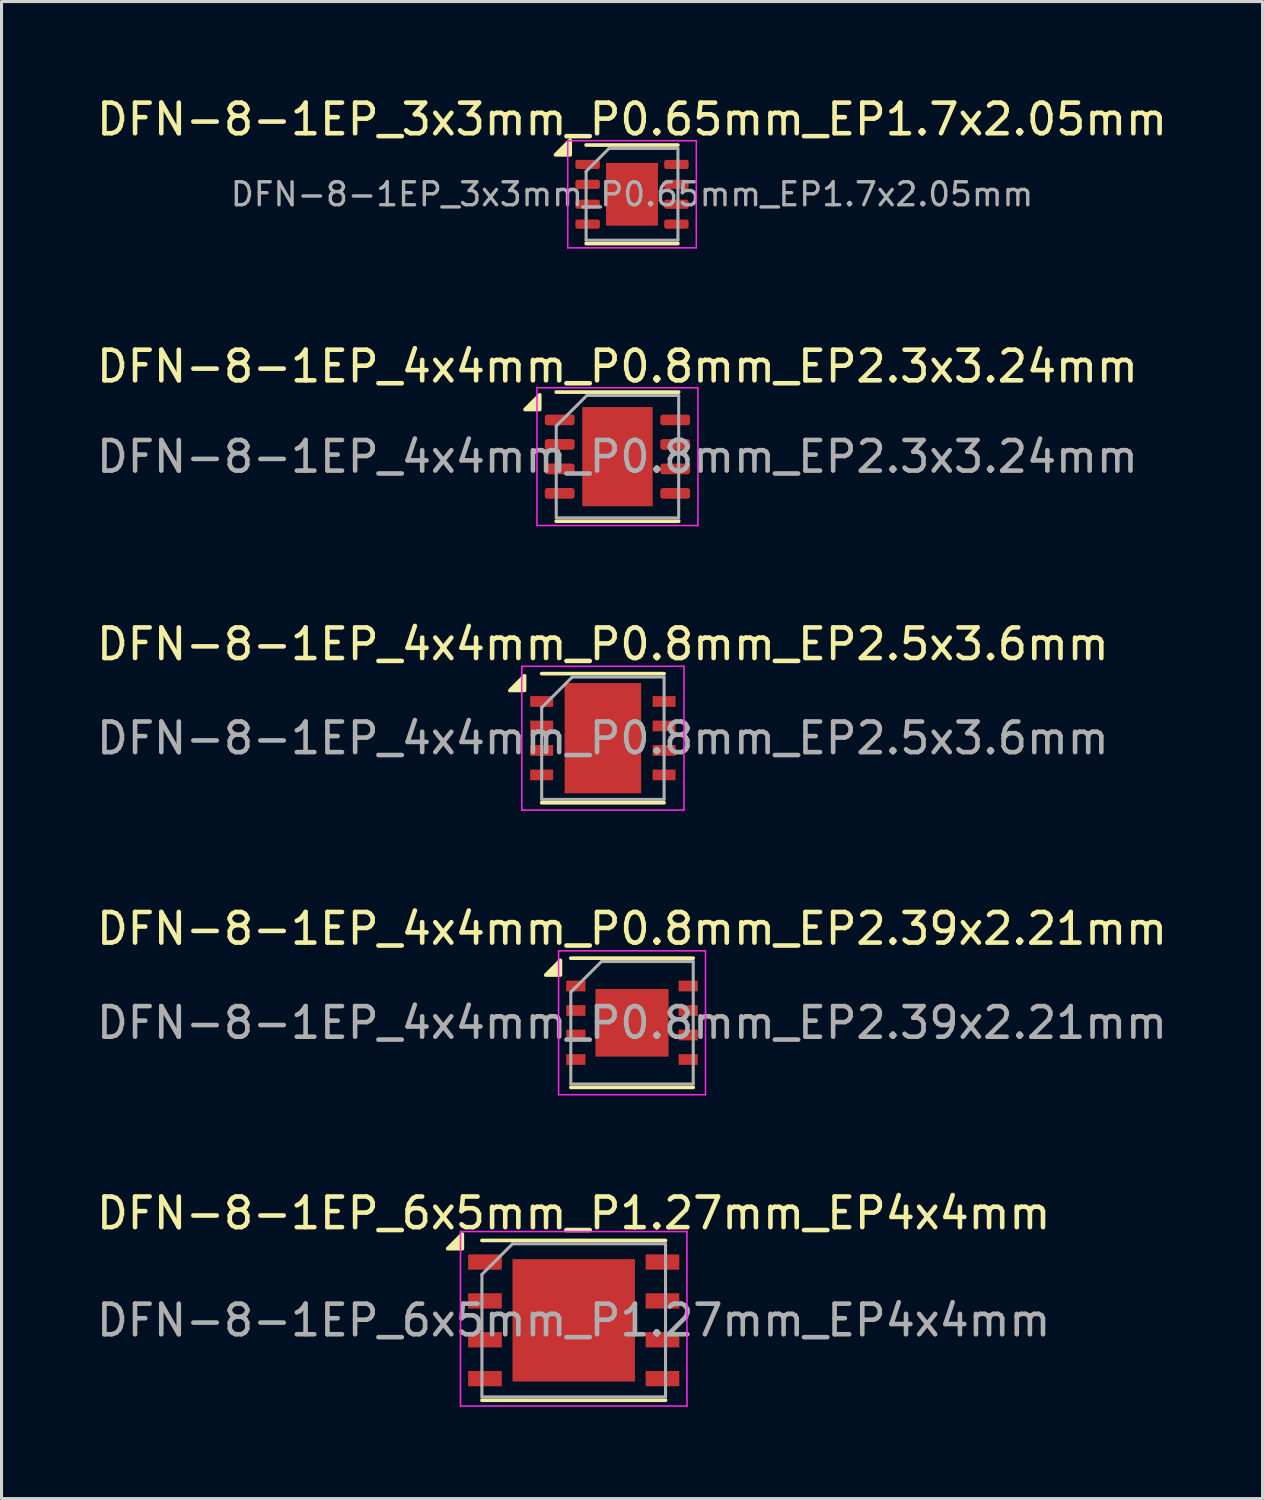
<source format=kicad_pcb>
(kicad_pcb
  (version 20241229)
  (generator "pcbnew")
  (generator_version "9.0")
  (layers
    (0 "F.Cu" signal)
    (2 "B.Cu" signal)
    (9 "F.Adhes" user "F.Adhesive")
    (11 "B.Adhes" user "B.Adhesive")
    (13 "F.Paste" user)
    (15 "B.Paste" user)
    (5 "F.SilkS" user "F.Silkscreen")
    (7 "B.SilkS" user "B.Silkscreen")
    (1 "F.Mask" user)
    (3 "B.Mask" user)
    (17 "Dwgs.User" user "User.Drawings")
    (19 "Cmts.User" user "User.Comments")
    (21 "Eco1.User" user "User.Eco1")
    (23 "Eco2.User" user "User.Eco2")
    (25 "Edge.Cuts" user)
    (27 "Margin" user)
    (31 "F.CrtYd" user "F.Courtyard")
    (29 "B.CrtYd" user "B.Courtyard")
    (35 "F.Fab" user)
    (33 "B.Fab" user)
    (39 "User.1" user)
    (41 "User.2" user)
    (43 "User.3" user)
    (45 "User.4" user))
  (footprint "DFN-8-1EP_4x4mm_P0.8mm_EP2.3x3.24mm"
    (layer "F.Cu")
    (at 17.125 11.871)
    (property "Reference" "DFN-8-1EP_4x4mm_P0.8mm_EP2.3x3.24mm" (at 0 -2.95 0) (layer "F.SilkS") (effects (font (size 1 1) (thickness 0.15))))
    (attr smd)
    (fp_line (start -2 -2.11) (end 2 -2.11) (stroke (width 0.12) (type solid)) (layer "F.SilkS"))
    (fp_line (start -2 2.11) (end 2 2.11) (stroke (width 0.12) (type solid)) (layer "F.SilkS"))
    (fp_poly (pts (xy -2.54 -1.54) (xy -3.02 -1.54) (xy -2.54 -2.02) (xy -2.54 -1.54)) (stroke (width 0.12) (type solid)) (fill yes) (layer "F.SilkS"))
    (fp_line (start -2.63 -2.25) (end -2.63 2.25) (stroke (width 0.05) (type solid)) (layer "F.CrtYd"))
    (fp_line (start -2.63 2.25) (end 2.63 2.25) (stroke (width 0.05) (type solid)) (layer "F.CrtYd"))
    (fp_line (start 2.63 -2.25) (end -2.63 -2.25) (stroke (width 0.05) (type solid)) (layer "F.CrtYd"))
    (fp_line (start 2.63 2.25) (end 2.63 -2.25) (stroke (width 0.05) (type solid)) (layer "F.CrtYd"))
    (fp_line (start -2 -1) (end -1 -2) (stroke (width 0.1) (type solid)) (layer "F.Fab"))
    (fp_line (start -2 2) (end -2 -1) (stroke (width 0.1) (type solid)) (layer "F.Fab"))
    (fp_line (start -1 -2) (end 2 -2) (stroke (width 0.1) (type solid)) (layer "F.Fab"))
    (fp_line (start 2 -2) (end 2 2) (stroke (width 0.1) (type solid)) (layer "F.Fab"))
    (fp_line (start 2 2) (end -2 2) (stroke (width 0.1) (type solid)) (layer "F.Fab"))
    (fp_text user "${REFERENCE}" (at 0 0 0) (layer "F.Fab") (effects (font (size 1 1) (thickness 0.15))))
    (pad "" smd roundrect (at -0.575 -0.81) (size 0.93 1.31) (layers "F.Paste") (roundrect_rratio 0.25))
    (pad "" smd roundrect (at -0.575 0.81) (size 0.93 1.31) (layers "F.Paste") (roundrect_rratio 0.25))
    (pad "" smd roundrect (at 0.575 -0.81) (size 0.93 1.31) (layers "F.Paste") (roundrect_rratio 0.25))
    (pad "" smd roundrect (at 0.575 0.81) (size 0.93 1.31) (layers "F.Paste") (roundrect_rratio 0.25))
    (pad "1" smd roundrect (at -1.887 -1.2) (size 0.975 0.35) (layers "F.Cu" "F.Mask" "F.Paste") (roundrect_rratio 0.25))
    (pad "2" smd roundrect (at -1.887 -0.4) (size 0.975 0.35) (layers "F.Cu" "F.Mask" "F.Paste") (roundrect_rratio 0.25))
    (pad "3" smd roundrect (at -1.887 0.4) (size 0.975 0.35) (layers "F.Cu" "F.Mask" "F.Paste") (roundrect_rratio 0.25))
    (pad "4" smd roundrect (at -1.887 1.2) (size 0.975 0.35) (layers "F.Cu" "F.Mask" "F.Paste") (roundrect_rratio 0.25))
    (pad "5" smd roundrect (at 1.887 1.2) (size 0.975 0.35) (layers "F.Cu" "F.Mask" "F.Paste") (roundrect_rratio 0.25))
    (pad "6" smd roundrect (at 1.887 0.4) (size 0.975 0.35) (layers "F.Cu" "F.Mask" "F.Paste") (roundrect_rratio 0.25))
    (pad "7" smd roundrect (at 1.887 -0.4) (size 0.975 0.35) (layers "F.Cu" "F.Mask" "F.Paste") (roundrect_rratio 0.25))
    (pad "8" smd roundrect (at 1.887 -1.2) (size 0.975 0.35) (layers "F.Cu" "F.Mask" "F.Paste") (roundrect_rratio 0.25))
    (pad "9" smd rect (at 0 0) (size 2.3 3.24) (property pad_prop_heatsink) (layers "F.Cu" "F.Mask")))
  (footprint "DFN-8-1EP_6x5mm_P1.27mm_EP4x4mm"
    (layer "F.Cu")
    (at 15.696 40.091)
    (property "Reference" "DFN-8-1EP_6x5mm_P1.27mm_EP4x4mm" (at 0 -3.5 0) (layer "F.SilkS") (effects (font (size 1 1) (thickness 0.15))))
    (attr smd)
    (fp_line (start -3 -2.61) (end 3 -2.61) (stroke (width 0.12) (type solid)) (layer "F.SilkS"))
    (fp_line (start -3 2.61) (end 3 2.61) (stroke (width 0.12) (type solid)) (layer "F.SilkS"))
    (fp_poly (pts (xy -3.64 -2.34) (xy -4.12 -2.34) (xy -3.64 -2.82) (xy -3.64 -2.34)) (stroke (width 0.12) (type solid)) (fill yes) (layer "F.SilkS"))
    (fp_line (start -3.7 -2.9) (end 3.7 -2.9) (stroke (width 0.05) (type solid)) (layer "F.CrtYd"))
    (fp_line (start -3.7 2.8) (end -3.7 -2.9) (stroke (width 0.05) (type solid)) (layer "F.CrtYd"))
    (fp_line (start 3.7 -2.9) (end 3.7 2.8) (stroke (width 0.05) (type solid)) (layer "F.CrtYd"))
    (fp_line (start 3.7 2.8) (end -3.7 2.8) (stroke (width 0.05) (type solid)) (layer "F.CrtYd"))
    (fp_line (start -3 2.5) (end -3 -1.5) (stroke (width 0.1) (type solid)) (layer "F.Fab"))
    (fp_line (start -2 -2.5) (end -3 -1.5) (stroke (width 0.1) (type solid)) (layer "F.Fab"))
    (fp_line (start -2 -2.5) (end 3 -2.5) (stroke (width 0.1) (type solid)) (layer "F.Fab"))
    (fp_line (start 3 -2.5) (end 3 2.5) (stroke (width 0.1) (type solid)) (layer "F.Fab"))
    (fp_line (start 3 2.5) (end -3 2.5) (stroke (width 0.1) (type solid)) (layer "F.Fab"))
    (fp_text user "${REFERENCE}" (at 0 0 0) (layer "F.Fab") (effects (font (size 1 1) (thickness 0.15))))
    (pad "" smd rect (at -1.5 -1.5 270) (size 0.8 0.8) (layers "F.Paste"))
    (pad "" smd rect (at -1.5 -0.5 270) (size 0.8 0.8) (layers "F.Paste"))
    (pad "" smd rect (at -1.5 0.5 270) (size 0.8 0.8) (layers "F.Paste"))
    (pad "" smd rect (at -1.5 1.5 270) (size 0.8 0.8) (layers "F.Paste"))
    (pad "" smd rect (at -0.5 -1.5 270) (size 0.8 0.8) (layers "F.Paste"))
    (pad "" smd rect (at -0.5 -0.5 270) (size 0.8 0.8) (layers "F.Paste"))
    (pad "" smd rect (at -0.5 0.5 270) (size 0.8 0.8) (layers "F.Paste"))
    (pad "" smd rect (at -0.5 1.5 270) (size 0.8 0.8) (layers "F.Paste"))
    (pad "" smd rect (at 0.5 -1.5 270) (size 0.8 0.8) (layers "F.Paste"))
    (pad "" smd rect (at 0.5 -0.5 270) (size 0.8 0.8) (layers "F.Paste"))
    (pad "" smd rect (at 0.5 0.5 270) (size 0.8 0.8) (layers "F.Paste"))
    (pad "" smd rect (at 0.5 1.5 270) (size 0.8 0.8) (layers "F.Paste"))
    (pad "" smd rect (at 1.5 -1.5 270) (size 0.8 0.8) (layers "F.Paste"))
    (pad "" smd rect (at 1.5 -0.5 270) (size 0.8 0.8) (layers "F.Paste"))
    (pad "" smd rect (at 1.5 0.5 270) (size 0.8 0.8) (layers "F.Paste"))
    (pad "" smd rect (at 1.5 1.5 270) (size 0.8 0.8) (layers "F.Paste"))
    (pad "1" smd rect (at -2.9 -1.905 270) (size 0.5 1.1) (layers "F.Cu" "F.Mask" "F.Paste"))
    (pad "2" smd rect (at -2.9 -0.635 270) (size 0.5 1.1) (layers "F.Cu" "F.Mask" "F.Paste"))
    (pad "3" smd rect (at -2.9 0.635 270) (size 0.5 1.1) (layers "F.Cu" "F.Mask" "F.Paste"))
    (pad "4" smd rect (at -2.9 1.905 270) (size 0.5 1.1) (layers "F.Cu" "F.Mask" "F.Paste"))
    (pad "5" smd rect (at 2.9 1.905 270) (size 0.5 1.1) (layers "F.Cu" "F.Mask" "F.Paste"))
    (pad "6" smd rect (at 2.9 0.635 270) (size 0.5 1.1) (layers "F.Cu" "F.Mask" "F.Paste"))
    (pad "7" smd rect (at 2.9 -0.635 270) (size 0.5 1.1) (layers "F.Cu" "F.Mask" "F.Paste"))
    (pad "8" smd rect (at 2.9 -1.905 270) (size 0.5 1.1) (layers "F.Cu" "F.Mask" "F.Paste"))
    (pad "9" smd rect (at 0 0 270) (size 4 4) (layers "F.Cu" "F.Mask")))
  (footprint "DFN-8-1EP_4x4mm_P0.8mm_EP2.39x2.21mm"
    (layer "F.Cu")
    (at 17.601 30.368)
    (property "Reference" "DFN-8-1EP_4x4mm_P0.8mm_EP2.39x2.21mm" (at 0 -3.075 0) (layer "F.SilkS") (effects (font (size 1 1) (thickness 0.15))))
    (attr smd)
    (fp_line (start -2 -2.11) (end 2 -2.11) (stroke (width 0.12) (type solid)) (layer "F.SilkS"))
    (fp_line (start -2 2.11) (end 2 2.11) (stroke (width 0.12) (type solid)) (layer "F.SilkS"))
    (fp_poly (pts (xy -2.34 -1.56) (xy -2.82 -1.56) (xy -2.34 -2.04) (xy -2.34 -1.56)) (stroke (width 0.12) (type solid)) (fill yes) (layer "F.SilkS"))
    (fp_line (start -2.4 -2.35) (end -2.4 2.35) (stroke (width 0.05) (type solid)) (layer "F.CrtYd"))
    (fp_line (start -2.4 -2.35) (end 2.4 -2.35) (stroke (width 0.05) (type solid)) (layer "F.CrtYd"))
    (fp_line (start -2.4 2.35) (end 2.4 2.35) (stroke (width 0.05) (type solid)) (layer "F.CrtYd"))
    (fp_line (start 2.4 -2.35) (end 2.4 2.35) (stroke (width 0.05) (type solid)) (layer "F.CrtYd"))
    (fp_line (start -2 -1) (end -1 -2) (stroke (width 0.1) (type solid)) (layer "F.Fab"))
    (fp_line (start -2 2) (end -2 -1) (stroke (width 0.1) (type solid)) (layer "F.Fab"))
    (fp_line (start -1 -2) (end 2 -2) (stroke (width 0.1) (type solid)) (layer "F.Fab"))
    (fp_line (start 2 -2) (end 2 2) (stroke (width 0.1) (type solid)) (layer "F.Fab"))
    (fp_line (start 2 2) (end -2 2) (stroke (width 0.1) (type solid)) (layer "F.Fab"))
    (fp_text user "${REFERENCE}" (at 0 0 0) (layer "F.Fab") (effects (font (size 1 1) (thickness 0.15))))
    (pad "" smd rect (at -0.598 -0.552) (size 0.83 0.77) (layers "F.Paste"))
    (pad "" smd rect (at -0.598 0.552) (size 0.83 0.77) (layers "F.Paste"))
    (pad "" smd rect (at 0.598 -0.552) (size 0.83 0.77) (layers "F.Paste"))
    (pad "" smd rect (at 0.598 0.552) (size 0.83 0.77) (layers "F.Paste"))
    (pad "1" smd rect (at -1.835 -1.2) (size 0.63 0.35) (layers "F.Cu" "F.Mask" "F.Paste"))
    (pad "2" smd rect (at -1.835 -0.4) (size 0.63 0.35) (layers "F.Cu" "F.Mask" "F.Paste"))
    (pad "3" smd rect (at -1.835 0.4) (size 0.63 0.35) (layers "F.Cu" "F.Mask" "F.Paste"))
    (pad "4" smd rect (at -1.835 1.2) (size 0.63 0.35) (layers "F.Cu" "F.Mask" "F.Paste"))
    (pad "5" smd rect (at 1.835 1.2) (size 0.63 0.35) (layers "F.Cu" "F.Mask" "F.Paste"))
    (pad "6" smd rect (at 1.835 0.4) (size 0.63 0.35) (layers "F.Cu" "F.Mask" "F.Paste"))
    (pad "7" smd rect (at 1.835 -0.4) (size 0.63 0.35) (layers "F.Cu" "F.Mask" "F.Paste"))
    (pad "8" smd rect (at 1.835 -1.2) (size 0.63 0.35) (layers "F.Cu" "F.Mask" "F.Paste"))
    (pad "9" smd rect (at 0 0) (size 2.39 2.21) (layers "F.Cu" "F.Mask")))
  (footprint "DFN-8-1EP_4x4mm_P0.8mm_EP2.5x3.6mm"
    (layer "F.Cu")
    (at 16.649 21.07)
    (property "Reference" "DFN-8-1EP_4x4mm_P0.8mm_EP2.5x3.6mm" (at 0 -3.075 0) (layer "F.SilkS") (effects (font (size 1 1) (thickness 0.15))))
    (attr smd)
    (fp_line (start -2 -2.11) (end 2 -2.11) (stroke (width 0.12) (type solid)) (layer "F.SilkS"))
    (fp_line (start -2 2.11) (end 2 2.11) (stroke (width 0.12) (type solid)) (layer "F.SilkS"))
    (fp_poly (pts (xy -2.56 -1.56) (xy -3.04 -1.56) (xy -2.56 -2.04) (xy -2.56 -1.56)) (stroke (width 0.12) (type solid)) (fill yes) (layer "F.SilkS"))
    (fp_line (start -2.65 -2.35) (end -2.65 2.35) (stroke (width 0.05) (type solid)) (layer "F.CrtYd"))
    (fp_line (start -2.65 -2.35) (end 2.65 -2.35) (stroke (width 0.05) (type solid)) (layer "F.CrtYd"))
    (fp_line (start -2.65 2.35) (end 2.65 2.35) (stroke (width 0.05) (type solid)) (layer "F.CrtYd"))
    (fp_line (start 2.65 -2.35) (end 2.65 2.35) (stroke (width 0.05) (type solid)) (layer "F.CrtYd"))
    (fp_line (start -2 -1) (end -1 -2) (stroke (width 0.1) (type solid)) (layer "F.Fab"))
    (fp_line (start -2 2) (end -2 -1) (stroke (width 0.1) (type solid)) (layer "F.Fab"))
    (fp_line (start -1 -2) (end 2 -2) (stroke (width 0.1) (type solid)) (layer "F.Fab"))
    (fp_line (start 2 -2) (end 2 2) (stroke (width 0.1) (type solid)) (layer "F.Fab"))
    (fp_line (start 2 2) (end -2 2) (stroke (width 0.1) (type solid)) (layer "F.Fab"))
    (fp_text user "${REFERENCE}" (at 0 0 0) (layer "F.Fab") (effects (font (size 1 1) (thickness 0.15))))
    (pad "" smd rect (at -0.625 -1.2) (size 1 1) (layers "F.Paste"))
    (pad "" smd rect (at -0.625 0) (size 1 1) (layers "F.Paste"))
    (pad "" smd rect (at -0.625 1.2) (size 1 1) (layers "F.Paste"))
    (pad "" smd rect (at 0.625 -1.2) (size 1 1) (layers "F.Paste"))
    (pad "" smd rect (at 0.625 0) (size 1 1) (layers "F.Paste"))
    (pad "" smd rect (at 0.625 1.2) (size 1 1) (layers "F.Paste"))
    (pad "1" smd rect (at -2 -1.2) (size 0.75 0.35) (layers "F.Cu" "F.Mask" "F.Paste"))
    (pad "2" smd rect (at -2 -0.4) (size 0.75 0.35) (layers "F.Cu" "F.Mask" "F.Paste"))
    (pad "3" smd rect (at -2 0.4) (size 0.75 0.35) (layers "F.Cu" "F.Mask" "F.Paste"))
    (pad "4" smd rect (at -2 1.2) (size 0.75 0.35) (layers "F.Cu" "F.Mask" "F.Paste"))
    (pad "5" smd rect (at 2 1.2) (size 0.75 0.35) (layers "F.Cu" "F.Mask" "F.Paste"))
    (pad "6" smd rect (at 2 0.4) (size 0.75 0.35) (layers "F.Cu" "F.Mask" "F.Paste"))
    (pad "7" smd rect (at 2 -0.4) (size 0.75 0.35) (layers "F.Cu" "F.Mask" "F.Paste"))
    (pad "8" smd rect (at 2 -1.2) (size 0.75 0.35) (layers "F.Cu" "F.Mask" "F.Paste"))
    (pad "9" smd rect (at 0 0) (size 2.5 3.6) (layers "F.Cu" "F.Mask")))
  (footprint "DFN-8-1EP_3x3mm_P0.65mm_EP1.7x2.05mm"
    (layer "F.Cu")
    (at 17.601 3.298)
    (property "Reference" "DFN-8-1EP_3x3mm_P0.65mm_EP1.7x2.05mm" (at 0 -2.45 0) (layer "F.SilkS") (effects (font (size 1 1) (thickness 0.15))))
    (attr smd)
    (fp_line (start -1.5 -1.61) (end 1.5 -1.61) (stroke (width 0.12) (type solid)) (layer "F.SilkS"))
    (fp_line (start -1.5 1.61) (end 1.5 1.61) (stroke (width 0.12) (type solid)) (layer "F.SilkS"))
    (fp_poly (pts (xy -2.02 -1.29) (xy -2.5 -1.29) (xy -2.02 -1.77) (xy -2.02 -1.29)) (stroke (width 0.12) (type solid)) (fill yes) (layer "F.SilkS"))
    (fp_line (start -2.1 -1.75) (end -2.1 1.75) (stroke (width 0.05) (type solid)) (layer "F.CrtYd"))
    (fp_line (start -2.1 1.75) (end 2.1 1.75) (stroke (width 0.05) (type solid)) (layer "F.CrtYd"))
    (fp_line (start 2.1 -1.75) (end -2.1 -1.75) (stroke (width 0.05) (type solid)) (layer "F.CrtYd"))
    (fp_line (start 2.1 1.75) (end 2.1 -1.75) (stroke (width 0.05) (type solid)) (layer "F.CrtYd"))
    (fp_line (start -1.5 -0.75) (end -0.75 -1.5) (stroke (width 0.1) (type solid)) (layer "F.Fab"))
    (fp_line (start -1.5 1.5) (end -1.5 -0.75) (stroke (width 0.1) (type solid)) (layer "F.Fab"))
    (fp_line (start -0.75 -1.5) (end 1.5 -1.5) (stroke (width 0.1) (type solid)) (layer "F.Fab"))
    (fp_line (start 1.5 -1.5) (end 1.5 1.5) (stroke (width 0.1) (type solid)) (layer "F.Fab"))
    (fp_line (start 1.5 1.5) (end -1.5 1.5) (stroke (width 0.1) (type solid)) (layer "F.Fab"))
    (fp_text user "${REFERENCE}" (at 0 0 0) (layer "F.Fab") (effects (font (size 0.75 0.75) (thickness 0.11))))
    (pad "" smd roundrect (at -0.425 -0.51) (size 0.69 0.83) (layers "F.Paste") (roundrect_rratio 0.25))
    (pad "" smd roundrect (at -0.425 0.51) (size 0.69 0.83) (layers "F.Paste") (roundrect_rratio 0.25))
    (pad "" smd roundrect (at 0.425 -0.51) (size 0.69 0.83) (layers "F.Paste") (roundrect_rratio 0.25))
    (pad "" smd roundrect (at 0.425 0.51) (size 0.69 0.83) (layers "F.Paste") (roundrect_rratio 0.25))
    (pad "1" smd roundrect (at -1.45 -0.975) (size 0.8 0.3) (layers "F.Cu" "F.Mask" "F.Paste") (roundrect_rratio 0.25))
    (pad "2" smd roundrect (at -1.45 -0.325) (size 0.8 0.3) (layers "F.Cu" "F.Mask" "F.Paste") (roundrect_rratio 0.25))
    (pad "3" smd roundrect (at -1.45 0.325) (size 0.8 0.3) (layers "F.Cu" "F.Mask" "F.Paste") (roundrect_rratio 0.25))
    (pad "4" smd roundrect (at -1.45 0.975) (size 0.8 0.3) (layers "F.Cu" "F.Mask" "F.Paste") (roundrect_rratio 0.25))
    (pad "5" smd roundrect (at 1.45 0.975) (size 0.8 0.3) (layers "F.Cu" "F.Mask" "F.Paste") (roundrect_rratio 0.25))
    (pad "6" smd roundrect (at 1.45 0.325) (size 0.8 0.3) (layers "F.Cu" "F.Mask" "F.Paste") (roundrect_rratio 0.25))
    (pad "7" smd roundrect (at 1.45 -0.325) (size 0.8 0.3) (layers "F.Cu" "F.Mask" "F.Paste") (roundrect_rratio 0.25))
    (pad "8" smd roundrect (at 1.45 -0.975) (size 0.8 0.3) (layers "F.Cu" "F.Mask" "F.Paste") (roundrect_rratio 0.25))
    (pad "9" smd rect (at 0 0) (size 1.7 2.05) (property pad_prop_heatsink) (layers "F.Cu" "F.Mask")))
  (gr_rect
    (start -3 -3)
    (end 38.202 45.916)
    (stroke (width 0.1) (type default))
    (fill no)
    (layer "Edge.Cuts")))
</source>
